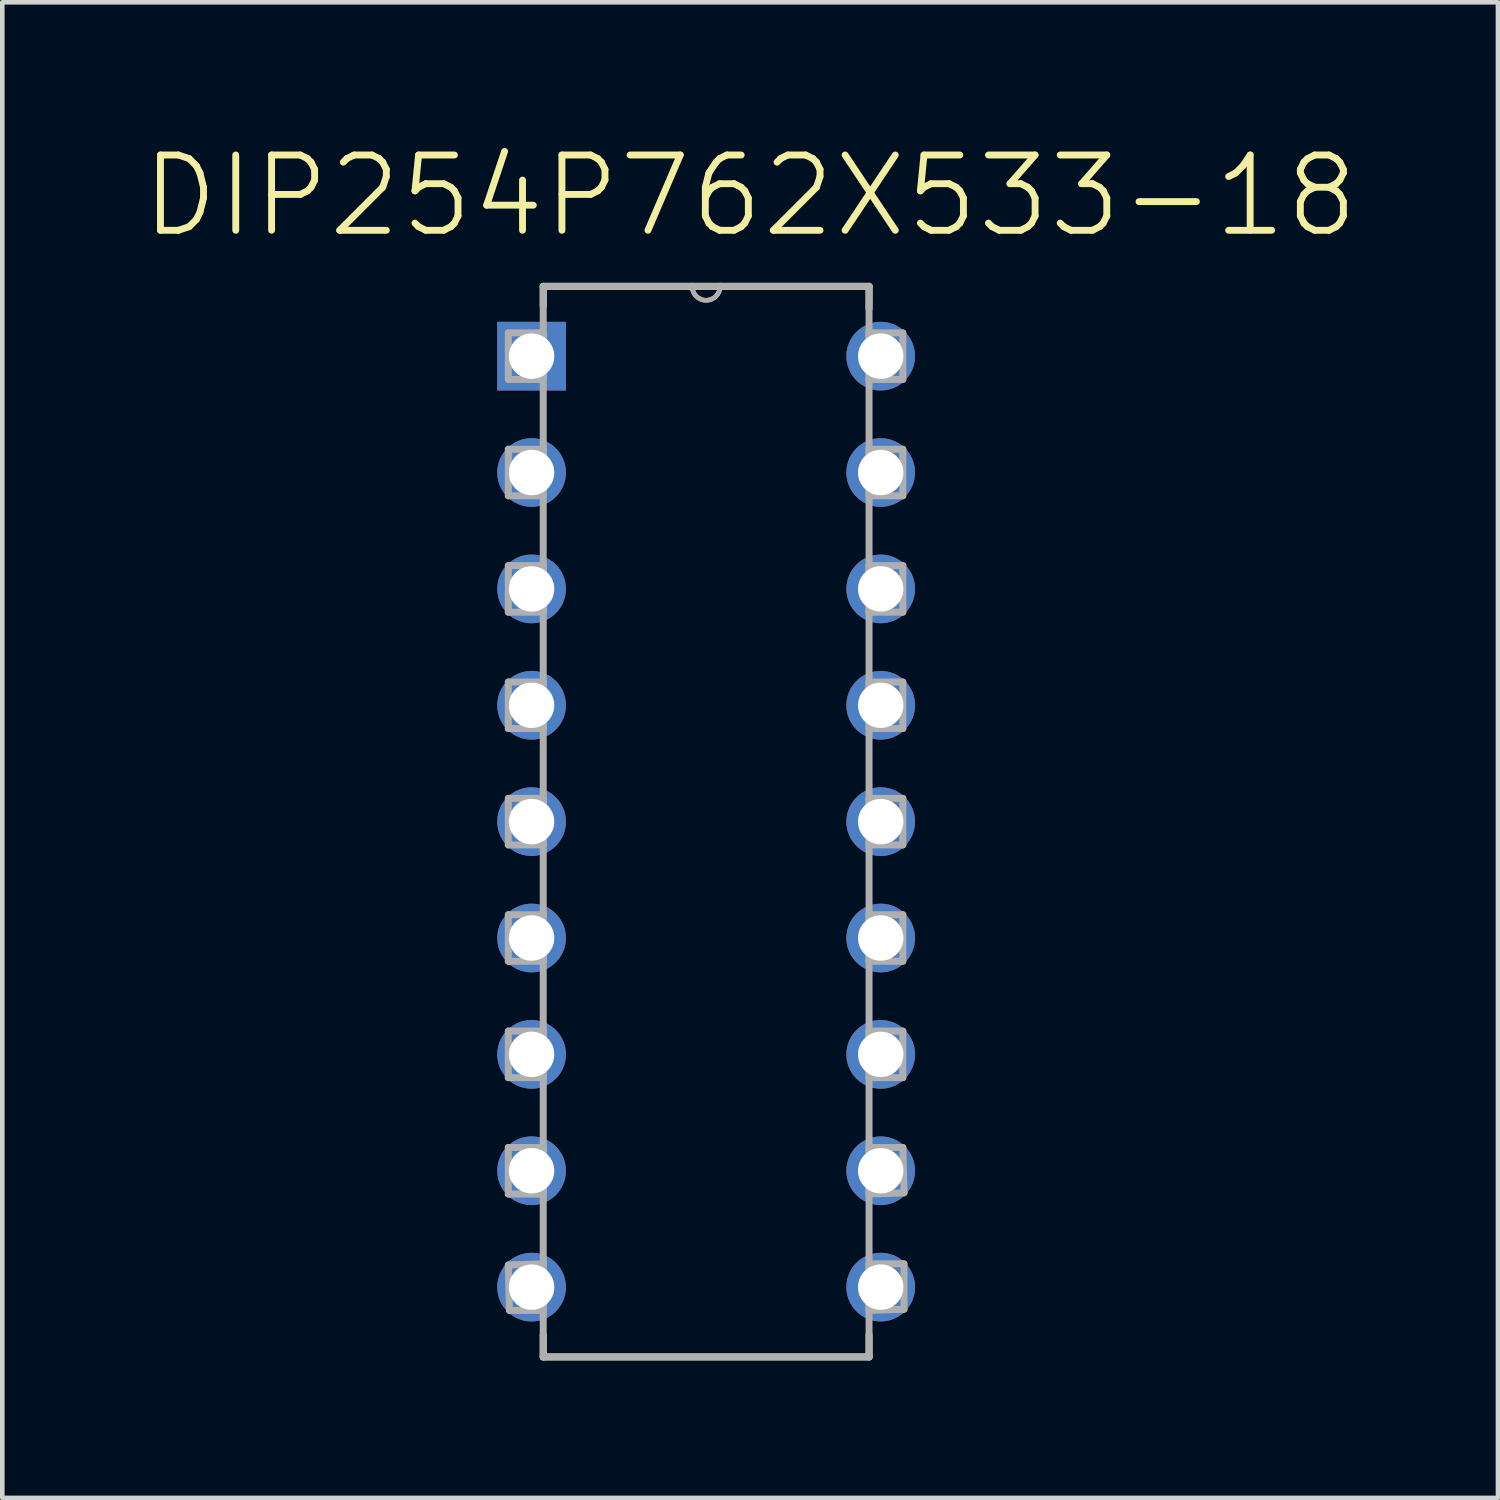
<source format=kicad_pcb>
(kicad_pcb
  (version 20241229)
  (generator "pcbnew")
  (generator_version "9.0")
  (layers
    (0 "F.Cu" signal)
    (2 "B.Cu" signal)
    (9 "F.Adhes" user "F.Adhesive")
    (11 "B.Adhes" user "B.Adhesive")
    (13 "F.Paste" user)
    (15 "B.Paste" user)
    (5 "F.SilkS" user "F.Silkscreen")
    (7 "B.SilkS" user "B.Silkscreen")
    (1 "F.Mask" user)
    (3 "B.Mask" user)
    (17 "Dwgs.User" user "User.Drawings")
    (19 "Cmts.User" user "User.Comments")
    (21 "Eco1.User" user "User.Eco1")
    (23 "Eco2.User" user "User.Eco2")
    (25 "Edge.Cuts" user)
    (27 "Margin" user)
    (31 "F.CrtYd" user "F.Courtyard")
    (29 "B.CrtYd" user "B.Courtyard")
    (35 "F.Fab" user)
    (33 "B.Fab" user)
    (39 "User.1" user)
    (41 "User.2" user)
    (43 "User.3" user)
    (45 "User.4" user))
  (footprint "DIP254P762X533-18"
    (layer "F.Cu")
    (at 16.173 25.044)
    (property "Reference" "DIP254P762X533-18" (at -2.85 -23.82 0) (layer "F.SilkS") (effects (font (size 1.643 1.643) (thickness 0.15))))
    (attr through_hole)
    (fp_line (start -7.366 -21.844) (end -7.366 -21.412) (stroke (width 0.152) (type solid)) (layer "F.SilkS"))
    (fp_line (start -7.366 1.041) (end -7.366 1.524) (stroke (width 0.152) (type solid)) (layer "F.SilkS"))
    (fp_line (start -7.366 1.524) (end -0.254 1.524) (stroke (width 0.152) (type solid)) (layer "F.SilkS"))
    (fp_line (start -4.115 -21.844) (end -7.366 -21.844) (stroke (width 0.152) (type solid)) (layer "F.SilkS"))
    (fp_line (start -3.505 -21.844) (end -4.115 -21.844) (stroke (width 0.152) (type solid)) (layer "F.SilkS"))
    (fp_line (start -0.254 -21.844) (end -3.505 -21.844) (stroke (width 0.152) (type solid)) (layer "F.SilkS"))
    (fp_line (start -0.254 -21.361) (end -0.254 -21.844) (stroke (width 0.152) (type solid)) (layer "F.SilkS"))
    (fp_line (start -0.254 1.524) (end -0.254 1.041) (stroke (width 0.152) (type solid)) (layer "F.SilkS"))
    (fp_arc (start -3.5052 -21.844) (mid -3.81 -21.5392) (end -4.1148 -21.844) (stroke (width 0.1) (type solid)) (layer "F.SilkS"))
    (fp_line (start -8.128 -20.828) (end -8.128 -19.812) (stroke (width 0.152) (type solid)) (layer "F.Fab"))
    (fp_line (start -8.128 -19.812) (end -7.366 -19.812) (stroke (width 0.152) (type solid)) (layer "F.Fab"))
    (fp_line (start -8.128 -18.288) (end -8.128 -17.272) (stroke (width 0.152) (type solid)) (layer "F.Fab"))
    (fp_line (start -8.128 -17.272) (end -7.366 -17.272) (stroke (width 0.152) (type solid)) (layer "F.Fab"))
    (fp_line (start -8.128 -15.748) (end -8.128 -14.732) (stroke (width 0.152) (type solid)) (layer "F.Fab"))
    (fp_line (start -8.128 -14.732) (end -7.366 -14.732) (stroke (width 0.152) (type solid)) (layer "F.Fab"))
    (fp_line (start -8.128 -13.208) (end -8.128 -12.192) (stroke (width 0.152) (type solid)) (layer "F.Fab"))
    (fp_line (start -8.128 -12.192) (end -7.366 -12.192) (stroke (width 0.152) (type solid)) (layer "F.Fab"))
    (fp_line (start -8.128 -10.668) (end -8.128 -9.652) (stroke (width 0.152) (type solid)) (layer "F.Fab"))
    (fp_line (start -8.128 -9.652) (end -7.366 -9.652) (stroke (width 0.152) (type solid)) (layer "F.Fab"))
    (fp_line (start -8.128 -8.128) (end -8.128 -7.112) (stroke (width 0.152) (type solid)) (layer "F.Fab"))
    (fp_line (start -8.128 -7.112) (end -7.366 -7.112) (stroke (width 0.152) (type solid)) (layer "F.Fab"))
    (fp_line (start -8.128 -5.588) (end -8.128 -4.572) (stroke (width 0.152) (type solid)) (layer "F.Fab"))
    (fp_line (start -8.128 -4.572) (end -7.366 -4.572) (stroke (width 0.152) (type solid)) (layer "F.Fab"))
    (fp_line (start -8.128 -3.048) (end -8.128 -2.032) (stroke (width 0.152) (type solid)) (layer "F.Fab"))
    (fp_line (start -8.128 -2.032) (end -7.366 -2.032) (stroke (width 0.152) (type solid)) (layer "F.Fab"))
    (fp_line (start -8.128 -0.483) (end -8.103 0.508) (stroke (width 0.152) (type solid)) (layer "F.Fab"))
    (fp_line (start -8.103 0.508) (end -7.366 0.508) (stroke (width 0.152) (type solid)) (layer "F.Fab"))
    (fp_line (start -7.366 -21.844) (end -7.366 1.524) (stroke (width 0.152) (type solid)) (layer "F.Fab"))
    (fp_line (start -7.366 -20.828) (end -8.128 -20.828) (stroke (width 0.152) (type solid)) (layer "F.Fab"))
    (fp_line (start -7.366 -19.812) (end -7.366 -20.828) (stroke (width 0.152) (type solid)) (layer "F.Fab"))
    (fp_line (start -7.366 -18.288) (end -8.128 -18.288) (stroke (width 0.152) (type solid)) (layer "F.Fab"))
    (fp_line (start -7.366 -17.272) (end -7.366 -18.288) (stroke (width 0.152) (type solid)) (layer "F.Fab"))
    (fp_line (start -7.366 -15.748) (end -8.128 -15.748) (stroke (width 0.152) (type solid)) (layer "F.Fab"))
    (fp_line (start -7.366 -14.732) (end -7.366 -15.748) (stroke (width 0.152) (type solid)) (layer "F.Fab"))
    (fp_line (start -7.366 -13.208) (end -8.128 -13.208) (stroke (width 0.152) (type solid)) (layer "F.Fab"))
    (fp_line (start -7.366 -12.192) (end -7.366 -13.208) (stroke (width 0.152) (type solid)) (layer "F.Fab"))
    (fp_line (start -7.366 -10.668) (end -8.128 -10.668) (stroke (width 0.152) (type solid)) (layer "F.Fab"))
    (fp_line (start -7.366 -9.652) (end -7.366 -10.668) (stroke (width 0.152) (type solid)) (layer "F.Fab"))
    (fp_line (start -7.366 -8.128) (end -8.128 -8.128) (stroke (width 0.152) (type solid)) (layer "F.Fab"))
    (fp_line (start -7.366 -7.112) (end -7.366 -8.128) (stroke (width 0.152) (type solid)) (layer "F.Fab"))
    (fp_line (start -7.366 -5.588) (end -8.128 -5.588) (stroke (width 0.152) (type solid)) (layer "F.Fab"))
    (fp_line (start -7.366 -4.572) (end -7.366 -5.588) (stroke (width 0.152) (type solid)) (layer "F.Fab"))
    (fp_line (start -7.366 -3.048) (end -8.128 -3.048) (stroke (width 0.152) (type solid)) (layer "F.Fab"))
    (fp_line (start -7.366 -2.032) (end -7.366 -3.048) (stroke (width 0.152) (type solid)) (layer "F.Fab"))
    (fp_line (start -7.366 -0.508) (end -8.128 -0.483) (stroke (width 0.152) (type solid)) (layer "F.Fab"))
    (fp_line (start -7.366 0.508) (end -7.366 -0.508) (stroke (width 0.152) (type solid)) (layer "F.Fab"))
    (fp_line (start -7.366 1.524) (end -0.254 1.524) (stroke (width 0.152) (type solid)) (layer "F.Fab"))
    (fp_line (start -4.115 -21.844) (end -7.366 -21.844) (stroke (width 0.152) (type solid)) (layer "F.Fab"))
    (fp_line (start -3.505 -21.844) (end -4.115 -21.844) (stroke (width 0.152) (type solid)) (layer "F.Fab"))
    (fp_line (start -0.254 -21.844) (end -3.505 -21.844) (stroke (width 0.152) (type solid)) (layer "F.Fab"))
    (fp_line (start -0.254 -20.828) (end -0.254 -19.812) (stroke (width 0.152) (type solid)) (layer "F.Fab"))
    (fp_line (start -0.254 -19.812) (end 0.483 -19.812) (stroke (width 0.152) (type solid)) (layer "F.Fab"))
    (fp_line (start -0.254 -18.288) (end -0.254 -17.272) (stroke (width 0.152) (type solid)) (layer "F.Fab"))
    (fp_line (start -0.254 -17.272) (end 0.483 -17.272) (stroke (width 0.152) (type solid)) (layer "F.Fab"))
    (fp_line (start -0.254 -15.748) (end -0.254 -14.732) (stroke (width 0.152) (type solid)) (layer "F.Fab"))
    (fp_line (start -0.254 -14.732) (end 0.483 -14.732) (stroke (width 0.152) (type solid)) (layer "F.Fab"))
    (fp_line (start -0.254 -13.208) (end -0.254 -12.192) (stroke (width 0.152) (type solid)) (layer "F.Fab"))
    (fp_line (start -0.254 -12.192) (end 0.483 -12.192) (stroke (width 0.152) (type solid)) (layer "F.Fab"))
    (fp_line (start -0.254 -10.668) (end -0.254 -9.652) (stroke (width 0.152) (type solid)) (layer "F.Fab"))
    (fp_line (start -0.254 -9.652) (end 0.483 -9.652) (stroke (width 0.152) (type solid)) (layer "F.Fab"))
    (fp_line (start -0.254 -8.128) (end -0.254 -7.112) (stroke (width 0.152) (type solid)) (layer "F.Fab"))
    (fp_line (start -0.254 -7.112) (end 0.483 -7.112) (stroke (width 0.152) (type solid)) (layer "F.Fab"))
    (fp_line (start -0.254 -5.588) (end -0.254 -4.572) (stroke (width 0.152) (type solid)) (layer "F.Fab"))
    (fp_line (start -0.254 -4.572) (end 0.483 -4.572) (stroke (width 0.152) (type solid)) (layer "F.Fab"))
    (fp_line (start -0.254 -3.048) (end -0.254 -2.032) (stroke (width 0.152) (type solid)) (layer "F.Fab"))
    (fp_line (start -0.254 -2.032) (end 0.508 -2.057) (stroke (width 0.152) (type solid)) (layer "F.Fab"))
    (fp_line (start -0.254 -0.508) (end -0.254 0.508) (stroke (width 0.152) (type solid)) (layer "F.Fab"))
    (fp_line (start -0.254 0.508) (end 0.508 0.483) (stroke (width 0.152) (type solid)) (layer "F.Fab"))
    (fp_line (start -0.254 1.524) (end -0.254 -21.844) (stroke (width 0.152) (type solid)) (layer "F.Fab"))
    (fp_line (start 0.483 -20.828) (end -0.254 -20.828) (stroke (width 0.152) (type solid)) (layer "F.Fab"))
    (fp_line (start 0.483 -19.812) (end 0.483 -20.828) (stroke (width 0.152) (type solid)) (layer "F.Fab"))
    (fp_line (start 0.483 -18.288) (end -0.254 -18.288) (stroke (width 0.152) (type solid)) (layer "F.Fab"))
    (fp_line (start 0.483 -17.272) (end 0.483 -18.288) (stroke (width 0.152) (type solid)) (layer "F.Fab"))
    (fp_line (start 0.483 -15.748) (end -0.254 -15.748) (stroke (width 0.152) (type solid)) (layer "F.Fab"))
    (fp_line (start 0.483 -14.732) (end 0.483 -15.748) (stroke (width 0.152) (type solid)) (layer "F.Fab"))
    (fp_line (start 0.483 -13.208) (end -0.254 -13.208) (stroke (width 0.152) (type solid)) (layer "F.Fab"))
    (fp_line (start 0.483 -12.192) (end 0.483 -13.208) (stroke (width 0.152) (type solid)) (layer "F.Fab"))
    (fp_line (start 0.483 -10.668) (end -0.254 -10.668) (stroke (width 0.152) (type solid)) (layer "F.Fab"))
    (fp_line (start 0.483 -9.652) (end 0.483 -10.668) (stroke (width 0.152) (type solid)) (layer "F.Fab"))
    (fp_line (start 0.483 -8.128) (end -0.254 -8.128) (stroke (width 0.152) (type solid)) (layer "F.Fab"))
    (fp_line (start 0.483 -7.112) (end 0.483 -8.128) (stroke (width 0.152) (type solid)) (layer "F.Fab"))
    (fp_line (start 0.483 -5.588) (end -0.254 -5.588) (stroke (width 0.152) (type solid)) (layer "F.Fab"))
    (fp_line (start 0.483 -4.572) (end 0.483 -5.588) (stroke (width 0.152) (type solid)) (layer "F.Fab"))
    (fp_line (start 0.483 -3.048) (end -0.254 -3.048) (stroke (width 0.152) (type solid)) (layer "F.Fab"))
    (fp_line (start 0.508 -2.057) (end 0.483 -3.048) (stroke (width 0.152) (type solid)) (layer "F.Fab"))
    (fp_line (start 0.508 -0.508) (end -0.254 -0.508) (stroke (width 0.152) (type solid)) (layer "F.Fab"))
    (fp_line (start 0.508 0.483) (end 0.508 -0.508) (stroke (width 0.152) (type solid)) (layer "F.Fab"))
    (fp_arc (start -3.5052 -21.844) (mid -3.81 -21.5392) (end -4.1148 -21.844) (stroke (width 0.1) (type solid)) (layer "F.Fab"))
    (pad "1" thru_hole rect (at -7.62 -20.32) (size 1.499 1.499) (drill 0.991) (layers "*.Cu" "*.Mask"))
    (pad "2" thru_hole circle (at -7.62 -17.78) (size 1.499 1.499) (drill 0.991) (layers "*.Cu" "*.Mask"))
    (pad "3" thru_hole circle (at -7.62 -15.24) (size 1.499 1.499) (drill 0.991) (layers "*.Cu" "*.Mask"))
    (pad "4" thru_hole circle (at -7.62 -12.7) (size 1.499 1.499) (drill 0.991) (layers "*.Cu" "*.Mask"))
    (pad "5" thru_hole circle (at -7.62 -10.16) (size 1.499 1.499) (drill 0.991) (layers "*.Cu" "*.Mask"))
    (pad "6" thru_hole circle (at -7.62 -7.62) (size 1.499 1.499) (drill 0.991) (layers "*.Cu" "*.Mask"))
    (pad "7" thru_hole circle (at -7.62 -5.08) (size 1.499 1.499) (drill 0.991) (layers "*.Cu" "*.Mask"))
    (pad "8" thru_hole circle (at -7.62 -2.54) (size 1.499 1.499) (drill 0.991) (layers "*.Cu" "*.Mask"))
    (pad "9" thru_hole circle (at -7.62 0) (size 1.499 1.499) (drill 0.991) (layers "*.Cu" "*.Mask"))
    (pad "10" thru_hole circle (at 0 0) (size 1.499 1.499) (drill 0.991) (layers "*.Cu" "*.Mask"))
    (pad "11" thru_hole circle (at 0 -2.54) (size 1.499 1.499) (drill 0.991) (layers "*.Cu" "*.Mask"))
    (pad "12" thru_hole circle (at 0 -5.08) (size 1.499 1.499) (drill 0.991) (layers "*.Cu" "*.Mask"))
    (pad "13" thru_hole circle (at 0 -7.62) (size 1.499 1.499) (drill 0.991) (layers "*.Cu" "*.Mask"))
    (pad "14" thru_hole circle (at 0 -10.16) (size 1.499 1.499) (drill 0.991) (layers "*.Cu" "*.Mask"))
    (pad "15" thru_hole circle (at 0 -12.7) (size 1.499 1.499) (drill 0.991) (layers "*.Cu" "*.Mask"))
    (pad "16" thru_hole circle (at 0 -15.24) (size 1.499 1.499) (drill 0.991) (layers "*.Cu" "*.Mask"))
    (pad "17" thru_hole circle (at 0 -17.78) (size 1.499 1.499) (drill 0.991) (layers "*.Cu" "*.Mask"))
    (pad "18" thru_hole circle (at 0 -20.32) (size 1.499 1.499) (drill 0.991) (layers "*.Cu" "*.Mask")))
  (gr_rect
    (start -3 -3)
    (end 29.646 29.644)
    (stroke (width 0.1) (type default))
    (fill no)
    (layer "Edge.Cuts")))
</source>
